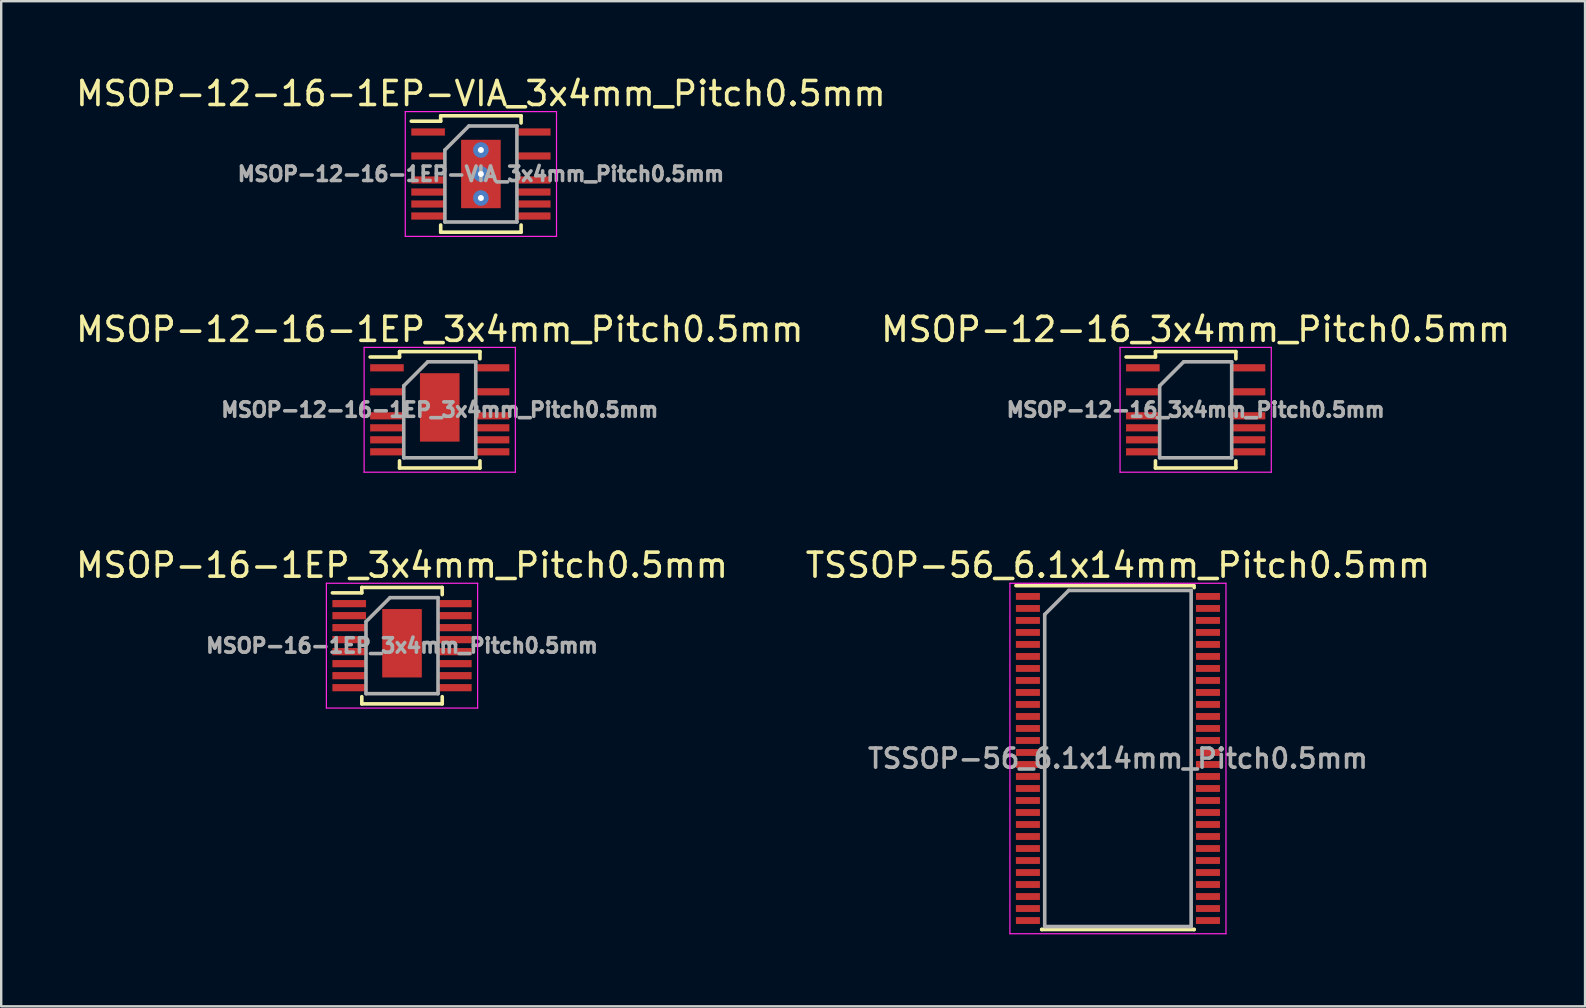
<source format=kicad_pcb>
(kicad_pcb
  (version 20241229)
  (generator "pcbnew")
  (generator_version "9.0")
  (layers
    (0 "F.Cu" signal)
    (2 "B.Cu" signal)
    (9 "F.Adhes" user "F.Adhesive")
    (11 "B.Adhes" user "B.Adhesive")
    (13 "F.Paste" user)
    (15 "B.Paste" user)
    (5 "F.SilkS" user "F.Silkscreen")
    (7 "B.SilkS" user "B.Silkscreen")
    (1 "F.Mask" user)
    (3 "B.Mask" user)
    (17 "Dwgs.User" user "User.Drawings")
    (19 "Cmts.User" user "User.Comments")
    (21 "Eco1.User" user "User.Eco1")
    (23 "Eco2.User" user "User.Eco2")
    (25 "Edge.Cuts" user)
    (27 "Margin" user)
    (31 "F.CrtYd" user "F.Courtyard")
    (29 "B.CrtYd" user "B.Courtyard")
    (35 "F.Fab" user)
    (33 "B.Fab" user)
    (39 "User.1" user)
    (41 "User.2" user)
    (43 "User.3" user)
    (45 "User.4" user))
  (footprint "TSSOP-56_6.1x14mm_Pitch0.5mm"
    (layer "F.Cu")
    (at 43.518 28.545)
    (property "Reference" "TSSOP-56_6.1x14mm_Pitch0.5mm" (at 0 -8.05 0) (layer "F.SilkS") (effects (font (size 1 1) (thickness 0.15))))
    (attr smd)
    (fp_line (start -4.25 -7.2) (end 3.175 -7.2) (stroke (width 0.15) (type solid)) (layer "F.SilkS"))
    (fp_line (start -3.175 7.125) (end -3.175 7.117) (stroke (width 0.15) (type solid)) (layer "F.SilkS"))
    (fp_line (start -3.175 7.125) (end 3.175 7.125) (stroke (width 0.15) (type solid)) (layer "F.SilkS"))
    (fp_line (start 3.175 -7.125) (end 3.175 -7.117) (stroke (width 0.15) (type solid)) (layer "F.SilkS"))
    (fp_line (start 3.175 7.125) (end 3.175 7.117) (stroke (width 0.15) (type solid)) (layer "F.SilkS"))
    (fp_line (start -4.5 -7.3) (end -4.5 7.3) (stroke (width 0.05) (type solid)) (layer "F.CrtYd"))
    (fp_line (start -4.5 -7.3) (end 4.5 -7.3) (stroke (width 0.05) (type solid)) (layer "F.CrtYd"))
    (fp_line (start -4.5 7.3) (end 4.5 7.3) (stroke (width 0.05) (type solid)) (layer "F.CrtYd"))
    (fp_line (start 4.5 -7.3) (end 4.5 7.3) (stroke (width 0.05) (type solid)) (layer "F.CrtYd"))
    (fp_line (start -3.05 -6) (end -2.05 -7) (stroke (width 0.15) (type solid)) (layer "F.Fab"))
    (fp_line (start -3.05 7) (end -3.05 -6) (stroke (width 0.15) (type solid)) (layer "F.Fab"))
    (fp_line (start -2.05 -7) (end 3.05 -7) (stroke (width 0.15) (type solid)) (layer "F.Fab"))
    (fp_line (start 3.05 -7) (end 3.05 7) (stroke (width 0.15) (type solid)) (layer "F.Fab"))
    (fp_line (start 3.05 7) (end -3.05 7) (stroke (width 0.15) (type solid)) (layer "F.Fab"))
    (fp_text user "${REFERENCE}" (at 0 0 0) (layer "F.Fab") (effects (font (size 0.8 0.8) (thickness 0.15))))
    (pad "1" smd rect (at -3.75 -6.75) (size 1 0.285) (layers "F.Cu" "F.Mask" "F.Paste"))
    (pad "2" smd rect (at -3.75 -6.25) (size 1 0.285) (layers "F.Cu" "F.Mask" "F.Paste"))
    (pad "3" smd rect (at -3.75 -5.75) (size 1 0.285) (layers "F.Cu" "F.Mask" "F.Paste"))
    (pad "4" smd rect (at -3.75 -5.25) (size 1 0.285) (layers "F.Cu" "F.Mask" "F.Paste"))
    (pad "5" smd rect (at -3.75 -4.75) (size 1 0.285) (layers "F.Cu" "F.Mask" "F.Paste"))
    (pad "6" smd rect (at -3.75 -4.25) (size 1 0.285) (layers "F.Cu" "F.Mask" "F.Paste"))
    (pad "7" smd rect (at -3.75 -3.75) (size 1 0.285) (layers "F.Cu" "F.Mask" "F.Paste"))
    (pad "8" smd rect (at -3.75 -3.25) (size 1 0.285) (layers "F.Cu" "F.Mask" "F.Paste"))
    (pad "9" smd rect (at -3.75 -2.75) (size 1 0.285) (layers "F.Cu" "F.Mask" "F.Paste"))
    (pad "10" smd rect (at -3.75 -2.25) (size 1 0.285) (layers "F.Cu" "F.Mask" "F.Paste"))
    (pad "11" smd rect (at -3.75 -1.75) (size 1 0.285) (layers "F.Cu" "F.Mask" "F.Paste"))
    (pad "12" smd rect (at -3.75 -1.25) (size 1 0.285) (layers "F.Cu" "F.Mask" "F.Paste"))
    (pad "13" smd rect (at -3.75 -0.75) (size 1 0.285) (layers "F.Cu" "F.Mask" "F.Paste"))
    (pad "14" smd rect (at -3.75 -0.25) (size 1 0.285) (layers "F.Cu" "F.Mask" "F.Paste"))
    (pad "15" smd rect (at -3.75 0.25) (size 1 0.285) (layers "F.Cu" "F.Mask" "F.Paste"))
    (pad "16" smd rect (at -3.75 0.75) (size 1 0.285) (layers "F.Cu" "F.Mask" "F.Paste"))
    (pad "17" smd rect (at -3.75 1.25) (size 1 0.285) (layers "F.Cu" "F.Mask" "F.Paste"))
    (pad "18" smd rect (at -3.75 1.75) (size 1 0.285) (layers "F.Cu" "F.Mask" "F.Paste"))
    (pad "19" smd rect (at -3.75 2.25) (size 1 0.285) (layers "F.Cu" "F.Mask" "F.Paste"))
    (pad "20" smd rect (at -3.75 2.75) (size 1 0.285) (layers "F.Cu" "F.Mask" "F.Paste"))
    (pad "21" smd rect (at -3.75 3.25) (size 1 0.285) (layers "F.Cu" "F.Mask" "F.Paste"))
    (pad "22" smd rect (at -3.75 3.75) (size 1 0.285) (layers "F.Cu" "F.Mask" "F.Paste"))
    (pad "23" smd rect (at -3.75 4.25) (size 1 0.285) (layers "F.Cu" "F.Mask" "F.Paste"))
    (pad "24" smd rect (at -3.75 4.75) (size 1 0.285) (layers "F.Cu" "F.Mask" "F.Paste"))
    (pad "25" smd rect (at -3.75 5.25) (size 1 0.285) (layers "F.Cu" "F.Mask" "F.Paste"))
    (pad "26" smd rect (at -3.75 5.75) (size 1 0.285) (layers "F.Cu" "F.Mask" "F.Paste"))
    (pad "27" smd rect (at -3.75 6.25) (size 1 0.285) (layers "F.Cu" "F.Mask" "F.Paste"))
    (pad "28" smd rect (at -3.75 6.75) (size 1 0.285) (layers "F.Cu" "F.Mask" "F.Paste"))
    (pad "29" smd rect (at 3.75 6.75) (size 1 0.285) (layers "F.Cu" "F.Mask" "F.Paste"))
    (pad "30" smd rect (at 3.75 6.25) (size 1 0.285) (layers "F.Cu" "F.Mask" "F.Paste"))
    (pad "31" smd rect (at 3.75 5.75) (size 1 0.285) (layers "F.Cu" "F.Mask" "F.Paste"))
    (pad "32" smd rect (at 3.75 5.25) (size 1 0.285) (layers "F.Cu" "F.Mask" "F.Paste"))
    (pad "33" smd rect (at 3.75 4.75) (size 1 0.285) (layers "F.Cu" "F.Mask" "F.Paste"))
    (pad "34" smd rect (at 3.75 4.25) (size 1 0.285) (layers "F.Cu" "F.Mask" "F.Paste"))
    (pad "35" smd rect (at 3.75 3.75) (size 1 0.285) (layers "F.Cu" "F.Mask" "F.Paste"))
    (pad "36" smd rect (at 3.75 3.25) (size 1 0.285) (layers "F.Cu" "F.Mask" "F.Paste"))
    (pad "37" smd rect (at 3.75 2.75) (size 1 0.285) (layers "F.Cu" "F.Mask" "F.Paste"))
    (pad "38" smd rect (at 3.75 2.25) (size 1 0.285) (layers "F.Cu" "F.Mask" "F.Paste"))
    (pad "39" smd rect (at 3.75 1.75) (size 1 0.285) (layers "F.Cu" "F.Mask" "F.Paste"))
    (pad "40" smd rect (at 3.75 1.25) (size 1 0.285) (layers "F.Cu" "F.Mask" "F.Paste"))
    (pad "41" smd rect (at 3.75 0.75) (size 1 0.285) (layers "F.Cu" "F.Mask" "F.Paste"))
    (pad "42" smd rect (at 3.75 0.25) (size 1 0.285) (layers "F.Cu" "F.Mask" "F.Paste"))
    (pad "43" smd rect (at 3.75 -0.25) (size 1 0.285) (layers "F.Cu" "F.Mask" "F.Paste"))
    (pad "44" smd rect (at 3.75 -0.75) (size 1 0.285) (layers "F.Cu" "F.Mask" "F.Paste"))
    (pad "45" smd rect (at 3.75 -1.25) (size 1 0.285) (layers "F.Cu" "F.Mask" "F.Paste"))
    (pad "46" smd rect (at 3.75 -1.75) (size 1 0.285) (layers "F.Cu" "F.Mask" "F.Paste"))
    (pad "47" smd rect (at 3.75 -2.25) (size 1 0.285) (layers "F.Cu" "F.Mask" "F.Paste"))
    (pad "48" smd rect (at 3.75 -2.75) (size 1 0.285) (layers "F.Cu" "F.Mask" "F.Paste"))
    (pad "49" smd rect (at 3.75 -3.25) (size 1 0.285) (layers "F.Cu" "F.Mask" "F.Paste"))
    (pad "50" smd rect (at 3.75 -3.75) (size 1 0.285) (layers "F.Cu" "F.Mask" "F.Paste"))
    (pad "51" smd rect (at 3.75 -4.25) (size 1 0.285) (layers "F.Cu" "F.Mask" "F.Paste"))
    (pad "52" smd rect (at 3.75 -4.75) (size 1 0.285) (layers "F.Cu" "F.Mask" "F.Paste"))
    (pad "53" smd rect (at 3.75 -5.25) (size 1 0.285) (layers "F.Cu" "F.Mask" "F.Paste"))
    (pad "54" smd rect (at 3.75 -5.75) (size 1 0.285) (layers "F.Cu" "F.Mask" "F.Paste"))
    (pad "55" smd rect (at 3.75 -6.25) (size 1 0.285) (layers "F.Cu" "F.Mask" "F.Paste"))
    (pad "56" smd rect (at 3.75 -6.75) (size 1 0.285) (layers "F.Cu" "F.Mask" "F.Paste")))
  (footprint "MSOP-12-16-1EP-VIA_3x4mm_Pitch0.5mm"
    (layer "F.Cu")
    (at 16.982 4.198)
    (property "Reference" "MSOP-12-16-1EP-VIA_3x4mm_Pitch0.5mm" (at 0 -3.35 0) (layer "F.SilkS") (effects (font (size 1 1) (thickness 0.15))))
    (attr smd)
    (fp_line (start -1.675 -2.425) (end -1.675 -2.2) (stroke (width 0.15) (type solid)) (layer "F.SilkS"))
    (fp_line (start -1.675 -2.425) (end 1.675 -2.425) (stroke (width 0.15) (type solid)) (layer "F.SilkS"))
    (fp_line (start -1.675 -2.2) (end -2.9 -2.2) (stroke (width 0.15) (type solid)) (layer "F.SilkS"))
    (fp_line (start -1.675 2.425) (end -1.675 2.125) (stroke (width 0.15) (type solid)) (layer "F.SilkS"))
    (fp_line (start -1.675 2.425) (end 1.675 2.425) (stroke (width 0.15) (type solid)) (layer "F.SilkS"))
    (fp_line (start 1.675 -2.425) (end 1.675 -2.125) (stroke (width 0.15) (type solid)) (layer "F.SilkS"))
    (fp_line (start 1.675 2.425) (end 1.675 2.125) (stroke (width 0.15) (type solid)) (layer "F.SilkS"))
    (fp_line (start -3.15 -2.6) (end -3.15 2.6) (stroke (width 0.05) (type solid)) (layer "F.CrtYd"))
    (fp_line (start -3.15 -2.6) (end 3.15 -2.6) (stroke (width 0.05) (type solid)) (layer "F.CrtYd"))
    (fp_line (start -3.15 2.6) (end 3.15 2.6) (stroke (width 0.05) (type solid)) (layer "F.CrtYd"))
    (fp_line (start 3.15 -2.6) (end 3.15 2.6) (stroke (width 0.05) (type solid)) (layer "F.CrtYd"))
    (fp_line (start -1.5 -1) (end -0.5 -2) (stroke (width 0.15) (type solid)) (layer "F.Fab"))
    (fp_line (start -1.5 2) (end -1.5 -1) (stroke (width 0.15) (type solid)) (layer "F.Fab"))
    (fp_line (start -0.5 -2) (end 1.5 -2) (stroke (width 0.15) (type solid)) (layer "F.Fab"))
    (fp_line (start 1.5 -2) (end 1.5 2) (stroke (width 0.15) (type solid)) (layer "F.Fab"))
    (fp_line (start 1.5 2) (end -1.5 2) (stroke (width 0.15) (type solid)) (layer "F.Fab"))
    (fp_text user "${REFERENCE}" (at 0 0 0) (layer "F.Fab") (effects (font (size 0.6 0.6) (thickness 0.15))))
    (pad "1" smd rect (at -2.2 -1.75) (size 1.4 0.3) (layers "F.Cu" "F.Mask" "F.Paste"))
    (pad "3" smd rect (at -2.2 -0.75) (size 1.4 0.3) (layers "F.Cu" "F.Mask" "F.Paste"))
    (pad "5" smd rect (at -2.2 0.25) (size 1.4 0.3) (layers "F.Cu" "F.Mask" "F.Paste"))
    (pad "6" smd rect (at -2.2 0.75) (size 1.4 0.3) (layers "F.Cu" "F.Mask" "F.Paste"))
    (pad "7" smd rect (at -2.2 1.25) (size 1.4 0.3) (layers "F.Cu" "F.Mask" "F.Paste"))
    (pad "8" smd rect (at -2.2 1.75) (size 1.4 0.3) (layers "F.Cu" "F.Mask" "F.Paste"))
    (pad "9" smd rect (at 2.2 1.75) (size 1.4 0.3) (layers "F.Cu" "F.Mask" "F.Paste"))
    (pad "10" smd rect (at 2.2 1.25) (size 1.4 0.3) (layers "F.Cu" "F.Mask" "F.Paste"))
    (pad "11" smd rect (at 2.2 0.75) (size 1.4 0.3) (layers "F.Cu" "F.Mask" "F.Paste"))
    (pad "12" smd rect (at 2.2 0.25) (size 1.4 0.3) (layers "F.Cu" "F.Mask" "F.Paste"))
    (pad "14" smd rect (at 2.2 -0.75) (size 1.4 0.3) (layers "F.Cu" "F.Mask" "F.Paste"))
    (pad "16" smd rect (at 2.2 -1.75) (size 1.4 0.3) (layers "F.Cu" "F.Mask" "F.Paste"))
    (pad "17" thru_hole circle (at 0 -1) (size 0.65 0.65) (drill 0.25) (layers "*.Cu" "*.Paste" "*.Mask"))
    (pad "17" thru_hole circle (at 0 0) (size 0.65 0.65) (drill 0.25) (layers "*.Cu" "*.Paste" "*.Mask"))
    (pad "17" smd rect (at 0 0) (size 1.65 2.85) (layers "F.Cu" "F.Mask" "F.Paste"))
    (pad "17" thru_hole circle (at 0 1) (size 0.65 0.65) (drill 0.25) (layers "*.Cu" "*.Paste" "*.Mask")))
  (footprint "MSOP-16-1EP_3x4mm_Pitch0.5mm"
    (layer "F.Cu")
    (at 13.696 23.845)
    (property "Reference" "MSOP-16-1EP_3x4mm_Pitch0.5mm" (at 0 -3.35 0) (layer "F.SilkS") (effects (font (size 1 1) (thickness 0.15))))
    (attr smd)
    (fp_line (start -1.675 -2.425) (end -1.675 -2.2) (stroke (width 0.15) (type solid)) (layer "F.SilkS"))
    (fp_line (start -1.675 -2.425) (end 1.675 -2.425) (stroke (width 0.15) (type solid)) (layer "F.SilkS"))
    (fp_line (start -1.675 -2.2) (end -2.9 -2.2) (stroke (width 0.15) (type solid)) (layer "F.SilkS"))
    (fp_line (start -1.675 2.425) (end -1.675 2.125) (stroke (width 0.15) (type solid)) (layer "F.SilkS"))
    (fp_line (start -1.675 2.425) (end 1.675 2.425) (stroke (width 0.15) (type solid)) (layer "F.SilkS"))
    (fp_line (start 1.675 -2.425) (end 1.675 -2.125) (stroke (width 0.15) (type solid)) (layer "F.SilkS"))
    (fp_line (start 1.675 2.425) (end 1.675 2.125) (stroke (width 0.15) (type solid)) (layer "F.SilkS"))
    (fp_line (start -3.15 -2.6) (end -3.15 2.6) (stroke (width 0.05) (type solid)) (layer "F.CrtYd"))
    (fp_line (start -3.15 -2.6) (end 3.15 -2.6) (stroke (width 0.05) (type solid)) (layer "F.CrtYd"))
    (fp_line (start -3.15 2.6) (end 3.15 2.6) (stroke (width 0.05) (type solid)) (layer "F.CrtYd"))
    (fp_line (start 3.15 -2.6) (end 3.15 2.6) (stroke (width 0.05) (type solid)) (layer "F.CrtYd"))
    (fp_line (start -1.5 -1) (end -0.5 -2) (stroke (width 0.15) (type solid)) (layer "F.Fab"))
    (fp_line (start -1.5 2) (end -1.5 -1) (stroke (width 0.15) (type solid)) (layer "F.Fab"))
    (fp_line (start -0.5 -2) (end 1.5 -2) (stroke (width 0.15) (type solid)) (layer "F.Fab"))
    (fp_line (start 1.5 -2) (end 1.5 2) (stroke (width 0.15) (type solid)) (layer "F.Fab"))
    (fp_line (start 1.5 2) (end -1.5 2) (stroke (width 0.15) (type solid)) (layer "F.Fab"))
    (fp_text user "${REFERENCE}" (at 0 0 0) (layer "F.Fab") (effects (font (size 0.6 0.6) (thickness 0.15))))
    (pad "1" smd rect (at -2.2 -1.75) (size 1.4 0.3) (layers "F.Cu" "F.Mask" "F.Paste"))
    (pad "2" smd rect (at -2.2 -1.25) (size 1.4 0.3) (layers "F.Cu" "F.Mask" "F.Paste"))
    (pad "3" smd rect (at -2.2 -0.75) (size 1.4 0.3) (layers "F.Cu" "F.Mask" "F.Paste"))
    (pad "4" smd rect (at -2.2 -0.25) (size 1.4 0.3) (layers "F.Cu" "F.Mask" "F.Paste"))
    (pad "5" smd rect (at -2.2 0.25) (size 1.4 0.3) (layers "F.Cu" "F.Mask" "F.Paste"))
    (pad "6" smd rect (at -2.2 0.75) (size 1.4 0.3) (layers "F.Cu" "F.Mask" "F.Paste"))
    (pad "7" smd rect (at -2.2 1.25) (size 1.4 0.3) (layers "F.Cu" "F.Mask" "F.Paste"))
    (pad "8" smd rect (at -2.2 1.75) (size 1.4 0.3) (layers "F.Cu" "F.Mask" "F.Paste"))
    (pad "9" smd rect (at 2.2 1.75) (size 1.4 0.3) (layers "F.Cu" "F.Mask" "F.Paste"))
    (pad "10" smd rect (at 2.2 1.25) (size 1.4 0.3) (layers "F.Cu" "F.Mask" "F.Paste"))
    (pad "11" smd rect (at 2.2 0.75) (size 1.4 0.3) (layers "F.Cu" "F.Mask" "F.Paste"))
    (pad "12" smd rect (at 2.2 0.25) (size 1.4 0.3) (layers "F.Cu" "F.Mask" "F.Paste"))
    (pad "13" smd rect (at 2.2 -0.25) (size 1.4 0.3) (layers "F.Cu" "F.Mask" "F.Paste"))
    (pad "14" smd rect (at 2.2 -0.75) (size 1.4 0.3) (layers "F.Cu" "F.Mask" "F.Paste"))
    (pad "15" smd rect (at 2.2 -1.25) (size 1.4 0.3) (layers "F.Cu" "F.Mask" "F.Paste"))
    (pad "16" smd rect (at 2.2 -1.75) (size 1.4 0.3) (layers "F.Cu" "F.Mask" "F.Paste"))
    (pad "17" smd rect (at 0 -0.1) (size 1.65 2.85) (layers "F.Cu" "F.Mask" "F.Paste")))
  (footprint "MSOP-12-16-1EP_3x4mm_Pitch0.5mm"
    (layer "F.Cu")
    (at 15.268 14.021)
    (property "Reference" "MSOP-12-16-1EP_3x4mm_Pitch0.5mm" (at 0 -3.35 0) (layer "F.SilkS") (effects (font (size 1 1) (thickness 0.15))))
    (attr smd)
    (fp_line (start -1.675 -2.425) (end -1.675 -2.2) (stroke (width 0.15) (type solid)) (layer "F.SilkS"))
    (fp_line (start -1.675 -2.425) (end 1.675 -2.425) (stroke (width 0.15) (type solid)) (layer "F.SilkS"))
    (fp_line (start -1.675 -2.2) (end -2.9 -2.2) (stroke (width 0.15) (type solid)) (layer "F.SilkS"))
    (fp_line (start -1.675 2.425) (end -1.675 2.125) (stroke (width 0.15) (type solid)) (layer "F.SilkS"))
    (fp_line (start -1.675 2.425) (end 1.675 2.425) (stroke (width 0.15) (type solid)) (layer "F.SilkS"))
    (fp_line (start 1.675 -2.425) (end 1.675 -2.125) (stroke (width 0.15) (type solid)) (layer "F.SilkS"))
    (fp_line (start 1.675 2.425) (end 1.675 2.125) (stroke (width 0.15) (type solid)) (layer "F.SilkS"))
    (fp_line (start -3.15 -2.6) (end -3.15 2.6) (stroke (width 0.05) (type solid)) (layer "F.CrtYd"))
    (fp_line (start -3.15 -2.6) (end 3.15 -2.6) (stroke (width 0.05) (type solid)) (layer "F.CrtYd"))
    (fp_line (start -3.15 2.6) (end 3.15 2.6) (stroke (width 0.05) (type solid)) (layer "F.CrtYd"))
    (fp_line (start 3.15 -2.6) (end 3.15 2.6) (stroke (width 0.05) (type solid)) (layer "F.CrtYd"))
    (fp_line (start -1.5 -1) (end -0.5 -2) (stroke (width 0.15) (type solid)) (layer "F.Fab"))
    (fp_line (start -1.5 2) (end -1.5 -1) (stroke (width 0.15) (type solid)) (layer "F.Fab"))
    (fp_line (start -0.5 -2) (end 1.5 -2) (stroke (width 0.15) (type solid)) (layer "F.Fab"))
    (fp_line (start 1.5 -2) (end 1.5 2) (stroke (width 0.15) (type solid)) (layer "F.Fab"))
    (fp_line (start 1.5 2) (end -1.5 2) (stroke (width 0.15) (type solid)) (layer "F.Fab"))
    (fp_text user "${REFERENCE}" (at 0 0 0) (layer "F.Fab") (effects (font (size 0.6 0.6) (thickness 0.15))))
    (pad "1" smd rect (at -2.2 -1.75) (size 1.4 0.3) (layers "F.Cu" "F.Mask" "F.Paste"))
    (pad "3" smd rect (at -2.2 -0.75) (size 1.4 0.3) (layers "F.Cu" "F.Mask" "F.Paste"))
    (pad "5" smd rect (at -2.2 0.25) (size 1.4 0.3) (layers "F.Cu" "F.Mask" "F.Paste"))
    (pad "6" smd rect (at -2.2 0.75) (size 1.4 0.3) (layers "F.Cu" "F.Mask" "F.Paste"))
    (pad "7" smd rect (at -2.2 1.25) (size 1.4 0.3) (layers "F.Cu" "F.Mask" "F.Paste"))
    (pad "8" smd rect (at -2.2 1.75) (size 1.4 0.3) (layers "F.Cu" "F.Mask" "F.Paste"))
    (pad "9" smd rect (at 2.2 1.75) (size 1.4 0.3) (layers "F.Cu" "F.Mask" "F.Paste"))
    (pad "10" smd rect (at 2.2 1.25) (size 1.4 0.3) (layers "F.Cu" "F.Mask" "F.Paste"))
    (pad "11" smd rect (at 2.2 0.75) (size 1.4 0.3) (layers "F.Cu" "F.Mask" "F.Paste"))
    (pad "12" smd rect (at 2.2 0.25) (size 1.4 0.3) (layers "F.Cu" "F.Mask" "F.Paste"))
    (pad "14" smd rect (at 2.2 -0.75) (size 1.4 0.3) (layers "F.Cu" "F.Mask" "F.Paste"))
    (pad "16" smd rect (at 2.2 -1.75) (size 1.4 0.3) (layers "F.Cu" "F.Mask" "F.Paste"))
    (pad "17" smd rect (at 0 -0.1) (size 1.65 2.85) (layers "F.Cu" "F.Mask" "F.Paste")))
  (footprint "MSOP-12-16_3x4mm_Pitch0.5mm"
    (layer "F.Cu")
    (at 46.756 14.021)
    (property "Reference" "MSOP-12-16_3x4mm_Pitch0.5mm" (at 0 -3.35 0) (layer "F.SilkS") (effects (font (size 1 1) (thickness 0.15))))
    (attr smd)
    (fp_line (start -1.675 -2.425) (end -1.675 -2.2) (stroke (width 0.15) (type solid)) (layer "F.SilkS"))
    (fp_line (start -1.675 -2.425) (end 1.675 -2.425) (stroke (width 0.15) (type solid)) (layer "F.SilkS"))
    (fp_line (start -1.675 -2.2) (end -2.9 -2.2) (stroke (width 0.15) (type solid)) (layer "F.SilkS"))
    (fp_line (start -1.675 2.425) (end -1.675 2.125) (stroke (width 0.15) (type solid)) (layer "F.SilkS"))
    (fp_line (start -1.675 2.425) (end 1.675 2.425) (stroke (width 0.15) (type solid)) (layer "F.SilkS"))
    (fp_line (start 1.675 -2.425) (end 1.675 -2.125) (stroke (width 0.15) (type solid)) (layer "F.SilkS"))
    (fp_line (start 1.675 2.425) (end 1.675 2.125) (stroke (width 0.15) (type solid)) (layer "F.SilkS"))
    (fp_line (start -3.15 -2.6) (end -3.15 2.6) (stroke (width 0.05) (type solid)) (layer "F.CrtYd"))
    (fp_line (start -3.15 -2.6) (end 3.15 -2.6) (stroke (width 0.05) (type solid)) (layer "F.CrtYd"))
    (fp_line (start -3.15 2.6) (end 3.15 2.6) (stroke (width 0.05) (type solid)) (layer "F.CrtYd"))
    (fp_line (start 3.15 -2.6) (end 3.15 2.6) (stroke (width 0.05) (type solid)) (layer "F.CrtYd"))
    (fp_line (start -1.5 -1) (end -0.5 -2) (stroke (width 0.15) (type solid)) (layer "F.Fab"))
    (fp_line (start -1.5 2) (end -1.5 -1) (stroke (width 0.15) (type solid)) (layer "F.Fab"))
    (fp_line (start -0.5 -2) (end 1.5 -2) (stroke (width 0.15) (type solid)) (layer "F.Fab"))
    (fp_line (start 1.5 -2) (end 1.5 2) (stroke (width 0.15) (type solid)) (layer "F.Fab"))
    (fp_line (start 1.5 2) (end -1.5 2) (stroke (width 0.15) (type solid)) (layer "F.Fab"))
    (fp_text user "${REFERENCE}" (at 0 0 0) (layer "F.Fab") (effects (font (size 0.6 0.6) (thickness 0.15))))
    (pad "1" smd rect (at -2.2 -1.75) (size 1.4 0.3) (layers "F.Cu" "F.Mask" "F.Paste"))
    (pad "3" smd rect (at -2.2 -0.75) (size 1.4 0.3) (layers "F.Cu" "F.Mask" "F.Paste"))
    (pad "5" smd rect (at -2.2 0.25) (size 1.4 0.3) (layers "F.Cu" "F.Mask" "F.Paste"))
    (pad "6" smd rect (at -2.2 0.75) (size 1.4 0.3) (layers "F.Cu" "F.Mask" "F.Paste"))
    (pad "7" smd rect (at -2.2 1.25) (size 1.4 0.3) (layers "F.Cu" "F.Mask" "F.Paste"))
    (pad "8" smd rect (at -2.2 1.75) (size 1.4 0.3) (layers "F.Cu" "F.Mask" "F.Paste"))
    (pad "9" smd rect (at 2.2 1.75) (size 1.4 0.3) (layers "F.Cu" "F.Mask" "F.Paste"))
    (pad "10" smd rect (at 2.2 1.25) (size 1.4 0.3) (layers "F.Cu" "F.Mask" "F.Paste"))
    (pad "11" smd rect (at 2.2 0.75) (size 1.4 0.3) (layers "F.Cu" "F.Mask" "F.Paste"))
    (pad "12" smd rect (at 2.2 0.25) (size 1.4 0.3) (layers "F.Cu" "F.Mask" "F.Paste"))
    (pad "14" smd rect (at 2.2 -0.75) (size 1.4 0.3) (layers "F.Cu" "F.Mask" "F.Paste"))
    (pad "16" smd rect (at 2.2 -1.75) (size 1.4 0.3) (layers "F.Cu" "F.Mask" "F.Paste")))
  (gr_rect
    (start -3 -3)
    (end 62.976 38.87)
    (stroke (width 0.1) (type default))
    (fill no)
    (layer "Edge.Cuts")))
</source>
